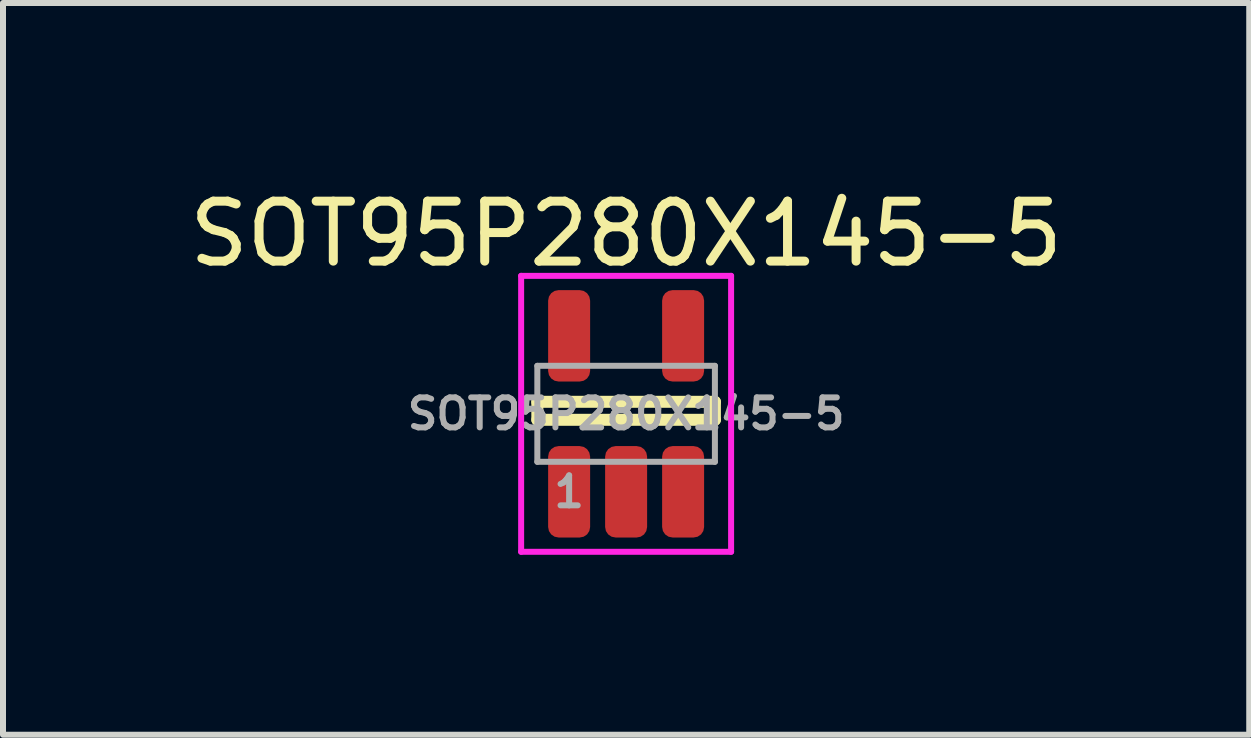
<source format=kicad_pcb>
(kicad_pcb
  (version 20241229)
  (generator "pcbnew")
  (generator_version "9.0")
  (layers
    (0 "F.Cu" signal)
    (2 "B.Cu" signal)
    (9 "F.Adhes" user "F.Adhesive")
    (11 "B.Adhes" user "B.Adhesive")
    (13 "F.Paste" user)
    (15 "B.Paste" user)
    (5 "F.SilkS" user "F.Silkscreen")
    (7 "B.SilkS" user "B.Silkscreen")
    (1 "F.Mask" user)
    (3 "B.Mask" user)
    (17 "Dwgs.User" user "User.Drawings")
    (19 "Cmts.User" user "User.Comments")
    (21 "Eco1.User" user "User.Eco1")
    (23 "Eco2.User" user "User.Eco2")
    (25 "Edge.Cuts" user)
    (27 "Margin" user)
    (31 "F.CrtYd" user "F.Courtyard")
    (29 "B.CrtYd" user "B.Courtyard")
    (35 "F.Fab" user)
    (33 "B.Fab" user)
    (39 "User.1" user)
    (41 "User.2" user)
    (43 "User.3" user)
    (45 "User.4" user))
  (footprint "SOT95P280X145-5"
    (layer "F.Cu")
    (at 7.387 3.848)
    (property "Reference" "SOT95P280X145-5" (at 0 0 0) (layer "F.Fab") (effects (font (size 0.5 0.5) (thickness 0.1))))
    (attr through_hole)
    (fp_line (start -1.48 -0.2) (end 1.48 -0.2) (stroke (width 0.2) (type solid)) (layer "F.SilkS"))
    (fp_line (start -1.48 0.1) (end -1.48 -0.2) (stroke (width 0.2) (type solid)) (layer "F.SilkS"))
    (fp_line (start 1.48 -0.2) (end 1.48 0.1) (stroke (width 0.2) (type solid)) (layer "F.SilkS"))
    (fp_line (start 1.48 0.1) (end -1.48 0.1) (stroke (width 0.2) (type solid)) (layer "F.SilkS"))
    (fp_line (start -1.75 -2.3) (end 1.75 -2.3) (stroke (width 0.1) (type solid)) (layer "F.CrtYd"))
    (fp_line (start -1.75 2.3) (end -1.75 -2.3) (stroke (width 0.1) (type solid)) (layer "F.CrtYd"))
    (fp_line (start 1.75 -2.3) (end 1.75 2.3) (stroke (width 0.1) (type solid)) (layer "F.CrtYd"))
    (fp_line (start 1.75 2.3) (end -1.75 2.3) (stroke (width 0.1) (type solid)) (layer "F.CrtYd"))
    (fp_line (start -1.48 -0.8) (end 1.48 -0.8) (stroke (width 0.1) (type solid)) (layer "F.Fab"))
    (fp_line (start -1.48 0.8) (end -1.48 -0.8) (stroke (width 0.1) (type solid)) (layer "F.Fab"))
    (fp_line (start 1.48 -0.8) (end 1.48 0.8) (stroke (width 0.1) (type solid)) (layer "F.Fab"))
    (fp_line (start 1.48 0.8) (end -1.48 0.8) (stroke (width 0.1) (type solid)) (layer "F.Fab"))
    (fp_text user "${REFERENCE}" (at 0 -3 0) (layer "F.SilkS") (effects (font (size 1 1) (thickness 0.15))))
    (fp_text user "1" (at -0.95 1.3 0) (layer "F.Fab") (effects (font (size 0.5 0.5) (thickness 0.1))))
    (pad "1" smd roundrect (at -0.95 1.3) (size 0.7 1.524) (layers "F.Cu" "F.Mask" "F.Paste") (roundrect_rratio 0.25))
    (pad "2" smd roundrect (at 0 1.3) (size 0.7 1.524) (layers "F.Cu" "F.Mask" "F.Paste") (roundrect_rratio 0.25))
    (pad "3" smd roundrect (at 0.95 1.3) (size 0.7 1.524) (layers "F.Cu" "F.Mask" "F.Paste") (roundrect_rratio 0.25))
    (pad "4" smd roundrect (at 0.95 -1.3) (size 0.7 1.524) (layers "F.Cu" "F.Mask" "F.Paste") (roundrect_rratio 0.25))
    (pad "5" smd roundrect (at -0.95 -1.3) (size 0.7 1.524) (layers "F.Cu" "F.Mask" "F.Paste") (roundrect_rratio 0.25)))
  (gr_rect
    (start -3 -3)
    (end 17.774 9.198)
    (stroke (width 0.1) (type default))
    (fill no)
    (layer "Edge.Cuts")))
</source>
